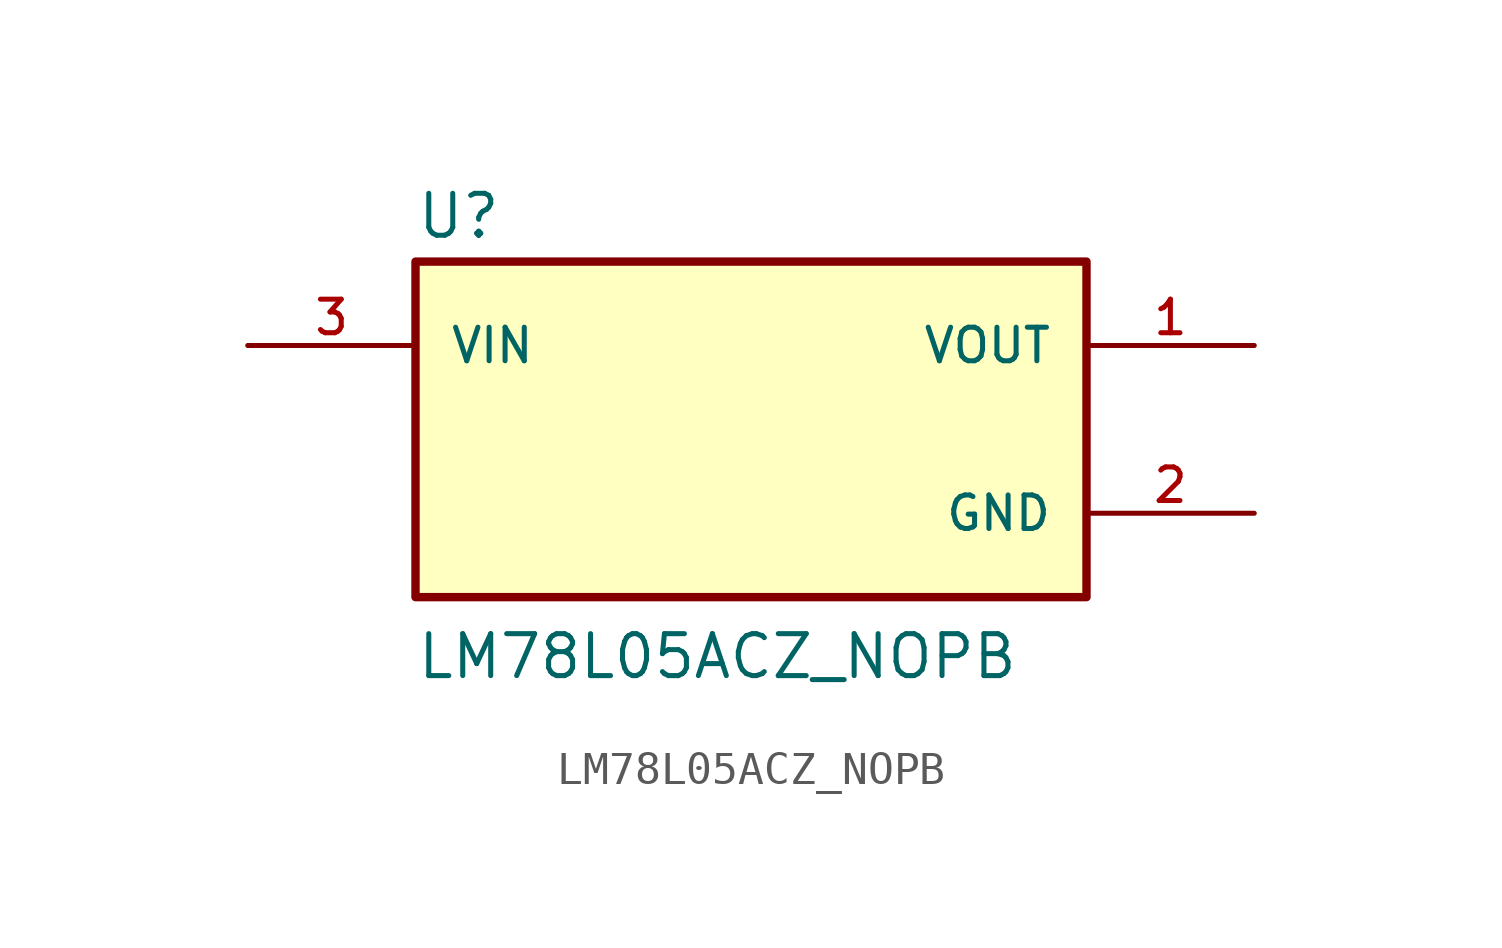
<source format=kicad_sym>
(kicad_symbol_lib
  (version 20211014)
  (generator kicad_symbol_editor)
  (symbol "LM78L05ACZ_NOPB"
    (pin_names
      (offset 1.016))
    (property "Reference" "U"
      (at -10.16 5.715 0)
      (effects (font (size 1.27 1.27)) (justify bottom left)))
    (property "Value" "LM78L05ACZ_NOPB"
      (at -10.16 -7.62 0)
      (effects (font (size 1.27 1.27)) (justify bottom left)))
    (symbol "LM78L05ACZ_NOPB_0_0"
      (rectangle (start -10.16 -5.08) (end 10.16 5.08) (stroke (width 0.254)) (fill (type background)))
      (pin input line (at -15.24 2.54 0) (length 5.08) (name "VIN" (effects (font (size 1.016 1.016)))) (number "3" (effects (font (size 1.016 1.016)))))
      (pin output line (at 15.24 2.54 180.0) (length 5.08) (name "VOUT" (effects (font (size 1.016 1.016)))) (number "1" (effects (font (size 1.016 1.016)))))
      (pin power_in line (at 15.24 -2.54 180.0) (length 5.08) (name "GND" (effects (font (size 1.016 1.016)))) (number "2" (effects (font (size 1.016 1.016))))))))
</source>
